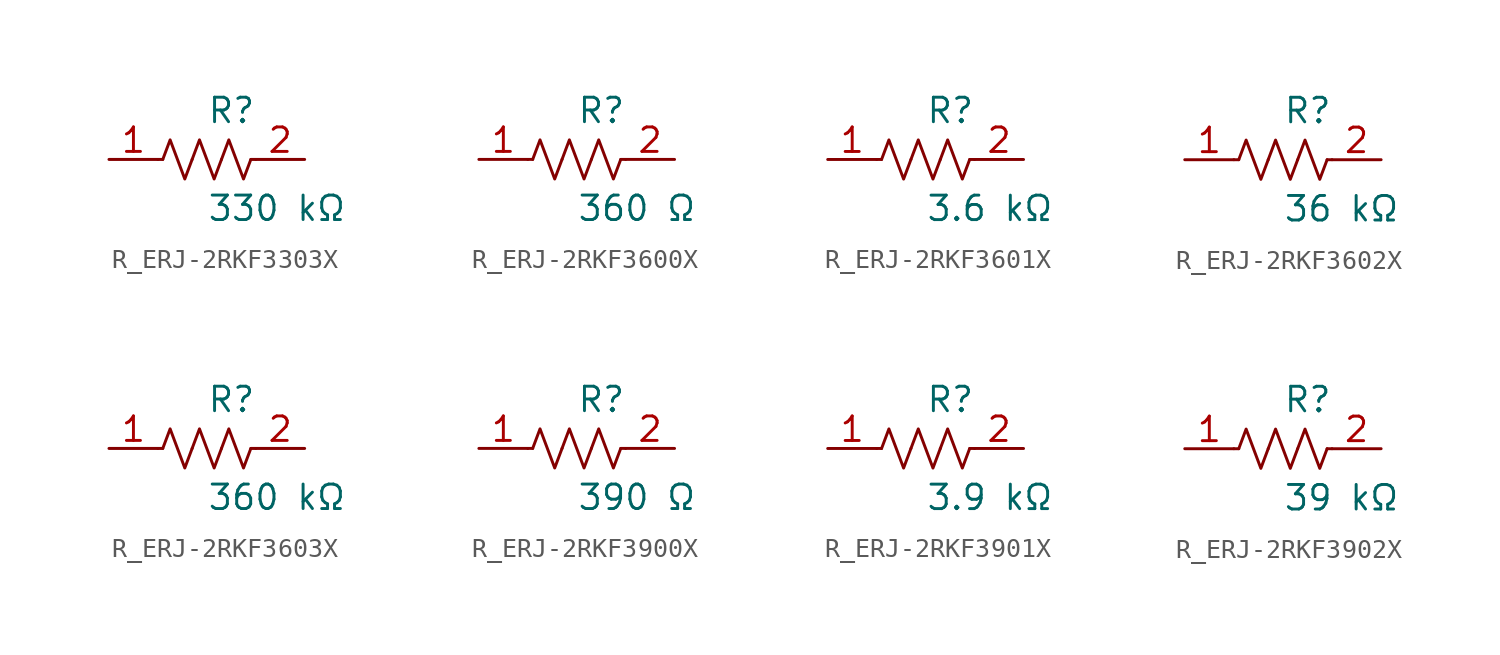
<source format=kicad_sym>
(kicad_symbol_lib
  (version 20231120)
  (generator kicad_symbol_editor)
  (generator_version 8.0)
  (symbol "R_ERJ-2RKF3303X"
    (pin_names
      (offset 0.254))
    (property "Reference" "R"
      (at 0.0 2.54 0)
      (effects (font (size 1.27 1.27)) (justify left)))
    (property "Value" "330 kΩ"
      (at 0.0 -2.54 0)
      (effects (font (size 1.27 1.27)) (justify left)))
    (symbol "R_ERJ-2RKF3303X_0_1"
      (polyline (pts (xy 2.286 0) (xy 2.54 0)) (stroke (width 0) (type default)) (fill (type none)))
      (polyline (pts (xy -2.286 0) (xy -2.54 0)) (stroke (width 0) (type default)) (fill (type none)))
      (polyline (pts (xy 0.762 0) (xy 1.143 1.016) (xy 1.524 0) (xy 1.905 -1.016) (xy 2.286 0)) (stroke (width 0) (type default)) (fill (type none)))
      (polyline (pts (xy -0.762 0) (xy -0.381 1.016) (xy 0 0) (xy 0.381 -1.016) (xy 0.762 0)) (stroke (width 0) (type default)) (fill (type none)))
      (polyline (pts (xy -2.286 0) (xy -1.905 1.016) (xy -1.524 0) (xy -1.143 -1.016) (xy -0.762 0)) (stroke (width 0) (type default)) (fill (type none))))
    (pin unspecified line
      (at -5.08 0 0)
      (length 2.54)
      (name "" (effects (font (size 1.27 1.27))))
      (number "1" (effects (font (size 1.27 1.27)))))
    (pin unspecified line
      (at 5.08 0 180)
      (length 2.54)
      (name "" (effects (font (size 1.27 1.27))))
      (number "2" (effects (font (size 1.27 1.27))))))
  (symbol "R_ERJ-2RKF3600X"
    (pin_names
      (offset 0.254))
    (property "Reference" "R"
      (at 0.0 2.54 0)
      (effects (font (size 1.27 1.27)) (justify left)))
    (property "Value" "360 Ω"
      (at 0.0 -2.54 0)
      (effects (font (size 1.27 1.27)) (justify left)))
    (symbol "R_ERJ-2RKF3600X_0_1"
      (polyline (pts (xy 2.286 0) (xy 2.54 0)) (stroke (width 0) (type default)) (fill (type none)))
      (polyline (pts (xy -2.286 0) (xy -2.54 0)) (stroke (width 0) (type default)) (fill (type none)))
      (polyline (pts (xy 0.762 0) (xy 1.143 1.016) (xy 1.524 0) (xy 1.905 -1.016) (xy 2.286 0)) (stroke (width 0) (type default)) (fill (type none)))
      (polyline (pts (xy -0.762 0) (xy -0.381 1.016) (xy 0 0) (xy 0.381 -1.016) (xy 0.762 0)) (stroke (width 0) (type default)) (fill (type none)))
      (polyline (pts (xy -2.286 0) (xy -1.905 1.016) (xy -1.524 0) (xy -1.143 -1.016) (xy -0.762 0)) (stroke (width 0) (type default)) (fill (type none))))
    (pin unspecified line
      (at -5.08 0 0)
      (length 2.54)
      (name "" (effects (font (size 1.27 1.27))))
      (number "1" (effects (font (size 1.27 1.27)))))
    (pin unspecified line
      (at 5.08 0 180)
      (length 2.54)
      (name "" (effects (font (size 1.27 1.27))))
      (number "2" (effects (font (size 1.27 1.27))))))
  (symbol "R_ERJ-2RKF3601X"
    (pin_names
      (offset 0.254))
    (property "Reference" "R"
      (at 0.0 2.54 0)
      (effects (font (size 1.27 1.27)) (justify left)))
    (property "Value" "3.6 kΩ"
      (at 0.0 -2.54 0)
      (effects (font (size 1.27 1.27)) (justify left)))
    (symbol "R_ERJ-2RKF3601X_0_1"
      (polyline (pts (xy 2.286 0) (xy 2.54 0)) (stroke (width 0) (type default)) (fill (type none)))
      (polyline (pts (xy -2.286 0) (xy -2.54 0)) (stroke (width 0) (type default)) (fill (type none)))
      (polyline (pts (xy 0.762 0) (xy 1.143 1.016) (xy 1.524 0) (xy 1.905 -1.016) (xy 2.286 0)) (stroke (width 0) (type default)) (fill (type none)))
      (polyline (pts (xy -0.762 0) (xy -0.381 1.016) (xy 0 0) (xy 0.381 -1.016) (xy 0.762 0)) (stroke (width 0) (type default)) (fill (type none)))
      (polyline (pts (xy -2.286 0) (xy -1.905 1.016) (xy -1.524 0) (xy -1.143 -1.016) (xy -0.762 0)) (stroke (width 0) (type default)) (fill (type none))))
    (pin unspecified line
      (at -5.08 0 0)
      (length 2.54)
      (name "" (effects (font (size 1.27 1.27))))
      (number "1" (effects (font (size 1.27 1.27)))))
    (pin unspecified line
      (at 5.08 0 180)
      (length 2.54)
      (name "" (effects (font (size 1.27 1.27))))
      (number "2" (effects (font (size 1.27 1.27))))))
  (symbol "R_ERJ-2RKF3602X"
    (pin_names
      (offset 0.254))
    (property "Reference" "R"
      (at 0.0 2.54 0)
      (effects (font (size 1.27 1.27)) (justify left)))
    (property "Value" "36 kΩ"
      (at 0.0 -2.54 0)
      (effects (font (size 1.27 1.27)) (justify left)))
    (symbol "R_ERJ-2RKF3602X_0_1"
      (polyline (pts (xy 2.286 0) (xy 2.54 0)) (stroke (width 0) (type default)) (fill (type none)))
      (polyline (pts (xy -2.286 0) (xy -2.54 0)) (stroke (width 0) (type default)) (fill (type none)))
      (polyline (pts (xy 0.762 0) (xy 1.143 1.016) (xy 1.524 0) (xy 1.905 -1.016) (xy 2.286 0)) (stroke (width 0) (type default)) (fill (type none)))
      (polyline (pts (xy -0.762 0) (xy -0.381 1.016) (xy 0 0) (xy 0.381 -1.016) (xy 0.762 0)) (stroke (width 0) (type default)) (fill (type none)))
      (polyline (pts (xy -2.286 0) (xy -1.905 1.016) (xy -1.524 0) (xy -1.143 -1.016) (xy -0.762 0)) (stroke (width 0) (type default)) (fill (type none))))
    (pin unspecified line
      (at -5.08 0 0)
      (length 2.54)
      (name "" (effects (font (size 1.27 1.27))))
      (number "1" (effects (font (size 1.27 1.27)))))
    (pin unspecified line
      (at 5.08 0 180)
      (length 2.54)
      (name "" (effects (font (size 1.27 1.27))))
      (number "2" (effects (font (size 1.27 1.27))))))
  (symbol "R_ERJ-2RKF3603X"
    (pin_names
      (offset 0.254))
    (property "Reference" "R"
      (at 0.0 2.54 0)
      (effects (font (size 1.27 1.27)) (justify left)))
    (property "Value" "360 kΩ"
      (at 0.0 -2.54 0)
      (effects (font (size 1.27 1.27)) (justify left)))
    (symbol "R_ERJ-2RKF3603X_0_1"
      (polyline (pts (xy 2.286 0) (xy 2.54 0)) (stroke (width 0) (type default)) (fill (type none)))
      (polyline (pts (xy -2.286 0) (xy -2.54 0)) (stroke (width 0) (type default)) (fill (type none)))
      (polyline (pts (xy 0.762 0) (xy 1.143 1.016) (xy 1.524 0) (xy 1.905 -1.016) (xy 2.286 0)) (stroke (width 0) (type default)) (fill (type none)))
      (polyline (pts (xy -0.762 0) (xy -0.381 1.016) (xy 0 0) (xy 0.381 -1.016) (xy 0.762 0)) (stroke (width 0) (type default)) (fill (type none)))
      (polyline (pts (xy -2.286 0) (xy -1.905 1.016) (xy -1.524 0) (xy -1.143 -1.016) (xy -0.762 0)) (stroke (width 0) (type default)) (fill (type none))))
    (pin unspecified line
      (at -5.08 0 0)
      (length 2.54)
      (name "" (effects (font (size 1.27 1.27))))
      (number "1" (effects (font (size 1.27 1.27)))))
    (pin unspecified line
      (at 5.08 0 180)
      (length 2.54)
      (name "" (effects (font (size 1.27 1.27))))
      (number "2" (effects (font (size 1.27 1.27))))))
  (symbol "R_ERJ-2RKF3900X"
    (pin_names
      (offset 0.254))
    (property "Reference" "R"
      (at 0.0 2.54 0)
      (effects (font (size 1.27 1.27)) (justify left)))
    (property "Value" "390 Ω"
      (at 0.0 -2.54 0)
      (effects (font (size 1.27 1.27)) (justify left)))
    (symbol "R_ERJ-2RKF3900X_0_1"
      (polyline (pts (xy 2.286 0) (xy 2.54 0)) (stroke (width 0) (type default)) (fill (type none)))
      (polyline (pts (xy -2.286 0) (xy -2.54 0)) (stroke (width 0) (type default)) (fill (type none)))
      (polyline (pts (xy 0.762 0) (xy 1.143 1.016) (xy 1.524 0) (xy 1.905 -1.016) (xy 2.286 0)) (stroke (width 0) (type default)) (fill (type none)))
      (polyline (pts (xy -0.762 0) (xy -0.381 1.016) (xy 0 0) (xy 0.381 -1.016) (xy 0.762 0)) (stroke (width 0) (type default)) (fill (type none)))
      (polyline (pts (xy -2.286 0) (xy -1.905 1.016) (xy -1.524 0) (xy -1.143 -1.016) (xy -0.762 0)) (stroke (width 0) (type default)) (fill (type none))))
    (pin unspecified line
      (at -5.08 0 0)
      (length 2.54)
      (name "" (effects (font (size 1.27 1.27))))
      (number "1" (effects (font (size 1.27 1.27)))))
    (pin unspecified line
      (at 5.08 0 180)
      (length 2.54)
      (name "" (effects (font (size 1.27 1.27))))
      (number "2" (effects (font (size 1.27 1.27))))))
  (symbol "R_ERJ-2RKF3901X"
    (pin_names
      (offset 0.254))
    (property "Reference" "R"
      (at 0.0 2.54 0)
      (effects (font (size 1.27 1.27)) (justify left)))
    (property "Value" "3.9 kΩ"
      (at 0.0 -2.54 0)
      (effects (font (size 1.27 1.27)) (justify left)))
    (symbol "R_ERJ-2RKF3901X_0_1"
      (polyline (pts (xy 2.286 0) (xy 2.54 0)) (stroke (width 0) (type default)) (fill (type none)))
      (polyline (pts (xy -2.286 0) (xy -2.54 0)) (stroke (width 0) (type default)) (fill (type none)))
      (polyline (pts (xy 0.762 0) (xy 1.143 1.016) (xy 1.524 0) (xy 1.905 -1.016) (xy 2.286 0)) (stroke (width 0) (type default)) (fill (type none)))
      (polyline (pts (xy -0.762 0) (xy -0.381 1.016) (xy 0 0) (xy 0.381 -1.016) (xy 0.762 0)) (stroke (width 0) (type default)) (fill (type none)))
      (polyline (pts (xy -2.286 0) (xy -1.905 1.016) (xy -1.524 0) (xy -1.143 -1.016) (xy -0.762 0)) (stroke (width 0) (type default)) (fill (type none))))
    (pin unspecified line
      (at -5.08 0 0)
      (length 2.54)
      (name "" (effects (font (size 1.27 1.27))))
      (number "1" (effects (font (size 1.27 1.27)))))
    (pin unspecified line
      (at 5.08 0 180)
      (length 2.54)
      (name "" (effects (font (size 1.27 1.27))))
      (number "2" (effects (font (size 1.27 1.27))))))
  (symbol "R_ERJ-2RKF3902X"
    (pin_names
      (offset 0.254))
    (property "Reference" "R"
      (at 0.0 2.54 0)
      (effects (font (size 1.27 1.27)) (justify left)))
    (property "Value" "39 kΩ"
      (at 0.0 -2.54 0)
      (effects (font (size 1.27 1.27)) (justify left)))
    (symbol "R_ERJ-2RKF3902X_0_1"
      (polyline (pts (xy 2.286 0) (xy 2.54 0)) (stroke (width 0) (type default)) (fill (type none)))
      (polyline (pts (xy -2.286 0) (xy -2.54 0)) (stroke (width 0) (type default)) (fill (type none)))
      (polyline (pts (xy 0.762 0) (xy 1.143 1.016) (xy 1.524 0) (xy 1.905 -1.016) (xy 2.286 0)) (stroke (width 0) (type default)) (fill (type none)))
      (polyline (pts (xy -0.762 0) (xy -0.381 1.016) (xy 0 0) (xy 0.381 -1.016) (xy 0.762 0)) (stroke (width 0) (type default)) (fill (type none)))
      (polyline (pts (xy -2.286 0) (xy -1.905 1.016) (xy -1.524 0) (xy -1.143 -1.016) (xy -0.762 0)) (stroke (width 0) (type default)) (fill (type none))))
    (pin unspecified line
      (at -5.08 0 0)
      (length 2.54)
      (name "" (effects (font (size 1.27 1.27))))
      (number "1" (effects (font (size 1.27 1.27)))))
    (pin unspecified line
      (at 5.08 0 180)
      (length 2.54)
      (name "" (effects (font (size 1.27 1.27))))
      (number "2" (effects (font (size 1.27 1.27)))))))
</source>
